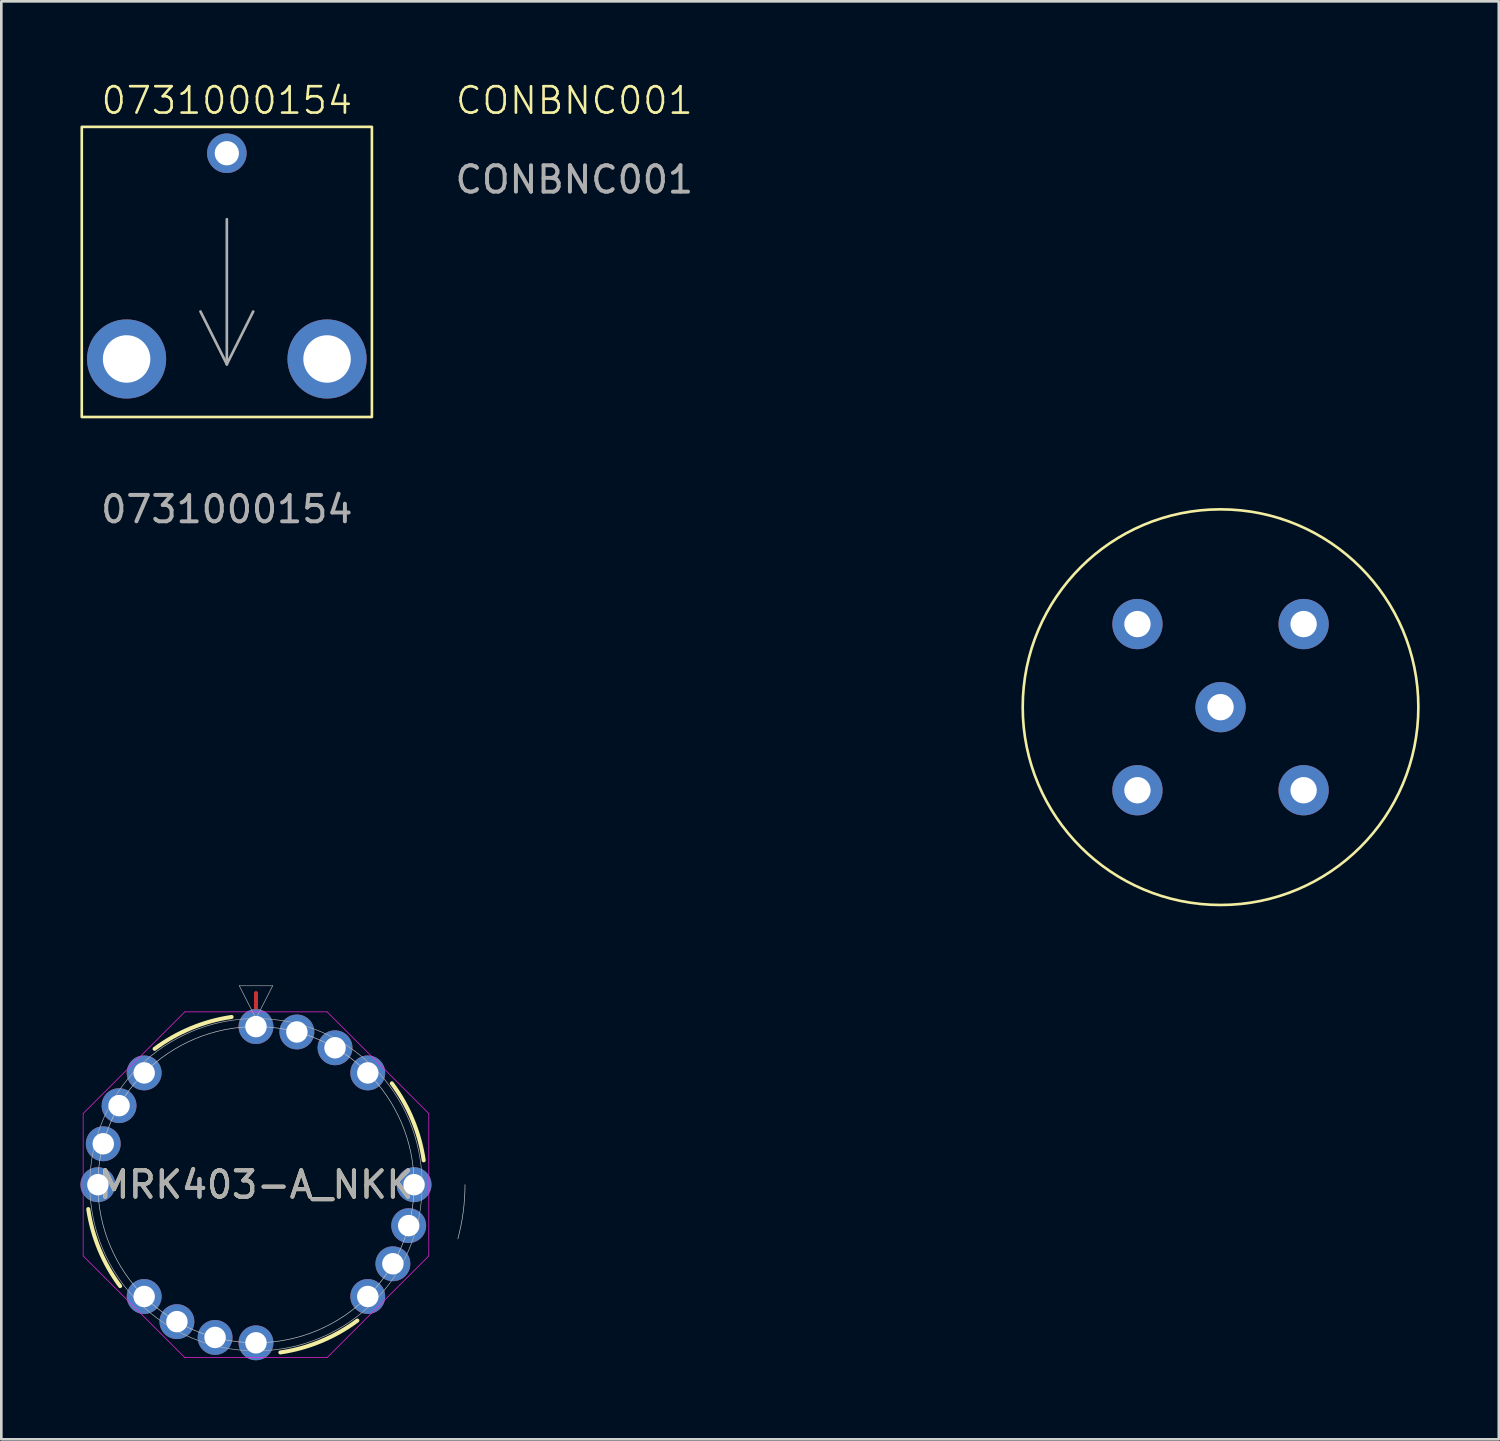
<source format=kicad_pcb>
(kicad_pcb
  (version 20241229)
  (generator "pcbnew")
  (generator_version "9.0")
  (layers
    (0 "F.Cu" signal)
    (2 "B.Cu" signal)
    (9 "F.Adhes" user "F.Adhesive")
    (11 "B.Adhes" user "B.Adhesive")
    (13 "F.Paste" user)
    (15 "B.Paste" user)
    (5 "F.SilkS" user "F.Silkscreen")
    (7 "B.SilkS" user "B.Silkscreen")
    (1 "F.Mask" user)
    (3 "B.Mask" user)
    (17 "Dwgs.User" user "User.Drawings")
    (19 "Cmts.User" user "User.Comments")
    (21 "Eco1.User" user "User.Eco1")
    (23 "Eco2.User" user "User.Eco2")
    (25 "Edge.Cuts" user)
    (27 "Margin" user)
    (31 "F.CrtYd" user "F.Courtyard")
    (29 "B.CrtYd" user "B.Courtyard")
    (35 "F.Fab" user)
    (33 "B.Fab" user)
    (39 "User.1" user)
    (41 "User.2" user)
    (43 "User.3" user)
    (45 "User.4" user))
  (footprint "CONBNC001"
    (layer "F.Cu")
    (at 43.225 23.761)
    (property "Reference" "CONBNC001" (at -24.5 -23 0) (unlocked yes) (layer "F.SilkS") (effects (font (size 1 1) (thickness 0.1))))
    (attr smd)
    (fp_circle (center 0 0) (end 7.5 0) (stroke (width 0.1) (type default)) (fill no) (layer "F.SilkS"))
    (fp_text user "${REFERENCE}" (at -24.5 -20 0) (unlocked yes) (layer "F.Fab") (effects (font (size 1 1) (thickness 0.15))))
    (pad "1" thru_hole circle (at 0 0) (size 1.905 1.905) (drill 1) (layers "*.Cu" "*.Mask"))
    (pad "2" thru_hole circle (at -3.15 -3.15) (size 1.905 1.905) (drill 1) (layers "*.Cu" "*.Mask"))
    (pad "2" thru_hole circle (at -3.15 3.15) (size 1.905 1.905) (drill 1) (layers "*.Cu" "*.Mask"))
    (pad "2" thru_hole circle (at 3.15 -3.15) (size 1.905 1.905) (drill 1) (layers "*.Cu" "*.Mask"))
    (pad "2" thru_hole circle (at 3.15 3.15) (size 1.905 1.905) (drill 1) (layers "*.Cu" "*.Mask")))
  (footprint "0731000154"
    (layer "F.Cu")
    (at 5.55 2.76)
    (property "Reference" "0731000154" (at 0 -2 0) (unlocked yes) (layer "F.SilkS") (effects (font (size 1 1) (thickness 0.1))))
    (attr through_hole)
    (fp_rect (start -5.5 -1) (end 5.5 10) (stroke (width 0.1) (type solid)) (fill no) (layer "F.SilkS"))
    (fp_line (start 0 2.5) (end 0 8) (stroke (width 0.1) (type default)) (layer "F.Fab"))
    (fp_line (start 0 8) (end -1 6) (stroke (width 0.1) (type default)) (layer "F.Fab"))
    (fp_line (start 0 8) (end 1 6) (stroke (width 0.1) (type default)) (layer "F.Fab"))
    (fp_text user "${REFERENCE}" (at 0 13.5 0) (unlocked yes) (layer "F.Fab") (effects (font (size 1 1) (thickness 0.15))))
    (pad "1" thru_hole circle (at 0 0) (size 1.5 1.5) (drill 0.92) (layers "*.Cu" "*.Mask"))
    (pad "2" thru_hole circle (at -3.8 7.8) (size 3 3) (drill 1.8) (layers "*.Cu" "*.Mask"))
    (pad "2" thru_hole circle (at 3.8 7.8) (size 3 3) (drill 1.8) (layers "*.Cu" "*.Mask")))
  (footprint "MRK403-A_NKK"
    (layer "F.Cu")
    (at 6.655 35.872)
    (property "Reference" "MRK403-A_NKK" (at 0 5.994 0) (unlocked yes) (layer "F.SilkS") (effects (font (size 1 1) (thickness 0.15))))
    (attr through_hole)
    (fp_line (start 0 0) (end 0 -1.27) (stroke (width 0.152) (type solid)) (layer "F.Cu"))
    (fp_arc (start -5.149923 9.838141) (mid -5.937037 8.453595) (end -6.359482 6.917999) (stroke (width 0.1524) (type solid)) (layer "F.SilkS"))
    (fp_arc (start -3.843746 0.844482) (mid -2.4592 0.057365) (end -0.923603 -0.365081) (stroke (width 0.1524) (type solid)) (layer "F.SilkS"))
    (fp_arc (start 3.843741 11.144323) (mid 2.459195 11.931437) (end 0.923599 12.353882) (stroke (width 0.1524) (type solid)) (layer "F.SilkS"))
    (fp_arc (start 5.149918 2.150653) (mid 5.937035 3.5352) (end 6.359481 5.070797) (stroke (width 0.1524) (type solid)) (layer "F.SilkS"))
    (fp_arc (start 7.9248 5.9944) (mid 7.857002 7.028794) (end 7.654769 8.045489) (stroke (width 0.0254) (type solid)) (layer "Dwgs.User"))
    (fp_circle (center 0 5.994) (end 5.994 5.994) (stroke (width 0.025) (type solid)) (fill no) (layer "Dwgs.User"))
    (fp_line (start -6.553 3.296) (end -2.698 -0.559) (stroke (width 0.025) (type solid)) (layer "F.CrtYd"))
    (fp_line (start -6.553 8.693) (end -6.553 3.296) (stroke (width 0.025) (type solid)) (layer "F.CrtYd"))
    (fp_line (start -2.698 -0.559) (end 2.698 -0.559) (stroke (width 0.025) (type solid)) (layer "F.CrtYd"))
    (fp_line (start -2.698 12.548) (end -6.553 8.693) (stroke (width 0.025) (type solid)) (layer "F.CrtYd"))
    (fp_line (start 2.698 -0.559) (end 6.553 3.296) (stroke (width 0.025) (type solid)) (layer "F.CrtYd"))
    (fp_line (start 2.698 12.548) (end -2.698 12.548) (stroke (width 0.025) (type solid)) (layer "F.CrtYd"))
    (fp_line (start 6.553 3.296) (end 6.553 8.693) (stroke (width 0.025) (type solid)) (layer "F.CrtYd"))
    (fp_line (start 6.553 8.693) (end 2.698 12.548) (stroke (width 0.025) (type solid)) (layer "F.CrtYd"))
    (fp_line (start -0.633 -1.548) (end 0.633 -1.548) (stroke (width 0.025) (type solid)) (layer "F.Fab"))
    (fp_line (start 0 -0.305) (end -0.633 -1.548) (stroke (width 0.025) (type solid)) (layer "F.Fab"))
    (fp_line (start 0.633 -1.548) (end 0 -0.305) (stroke (width 0.025) (type solid)) (layer "F.Fab"))
    (fp_circle (center 0 5.994) (end 6.299 5.994) (stroke (width 0.025) (type solid)) (fill no) (layer "F.Fab"))
    (fp_text user "${REFERENCE}" (at 0 5.994 0) (unlocked yes) (layer "F.Fab") (effects (font (size 1 1) (thickness 0.15))))
    (pad "1" thru_hole circle (at 0 0) (size 1.321 1.321) (drill 0.813) (layers "*.Cu" "*.Mask"))
    (pad "2" thru_hole circle (at 1.551 0.204 345) (size 1.321 1.321) (drill 0.813) (layers "*.Cu" "*.Mask"))
    (pad "3" thru_hole circle (at 2.997 0.803 330) (size 1.321 1.321) (drill 0.813) (layers "*.Cu" "*.Mask"))
    (pad "4" thru_hole circle (at 4.239 1.756 315) (size 1.321 1.321) (drill 0.813) (layers "*.Cu" "*.Mask"))
    (pad "5" thru_hole circle (at 5.994 5.994 90) (size 1.321 1.321) (drill 0.813) (layers "*.Cu" "*.Mask"))
    (pad "6" thru_hole circle (at 5.79 7.546 255) (size 1.321 1.321) (drill 0.813) (layers "*.Cu" "*.Mask"))
    (pad "7" thru_hole circle (at 5.191 8.992 240) (size 1.321 1.321) (drill 0.813) (layers "*.Cu" "*.Mask"))
    (pad "8" thru_hole circle (at 4.239 10.233 225) (size 1.321 1.321) (drill 0.813) (layers "*.Cu" "*.Mask"))
    (pad "9" thru_hole circle (at 0 11.989) (size 1.321 1.321) (drill 0.813) (layers "*.Cu" "*.Mask"))
    (pad "10" thru_hole circle (at -1.551 11.785 165) (size 1.321 1.321) (drill 0.813) (layers "*.Cu" "*.Mask"))
    (pad "11" thru_hole circle (at -2.997 11.186 150) (size 1.321 1.321) (drill 0.813) (layers "*.Cu" "*.Mask"))
    (pad "12" thru_hole circle (at -4.239 10.233 135) (size 1.321 1.321) (drill 0.813) (layers "*.Cu" "*.Mask"))
    (pad "13" thru_hole circle (at -5.994 5.994 90) (size 1.321 1.321) (drill 0.813) (layers "*.Cu" "*.Mask"))
    (pad "14" thru_hole circle (at -5.79 4.443 75) (size 1.321 1.321) (drill 0.813) (layers "*.Cu" "*.Mask"))
    (pad "15" thru_hole circle (at -5.191 2.997 60) (size 1.321 1.321) (drill 0.813) (layers "*.Cu" "*.Mask"))
    (pad "16" thru_hole circle (at -4.239 1.756 45) (size 1.321 1.321) (drill 0.813) (layers "*.Cu" "*.Mask")))
  (gr_rect
    (start -3 -3)
    (end 53.775 51.521)
    (stroke (width 0.1) (type default))
    (fill no)
    (layer "Edge.Cuts")))
</source>
